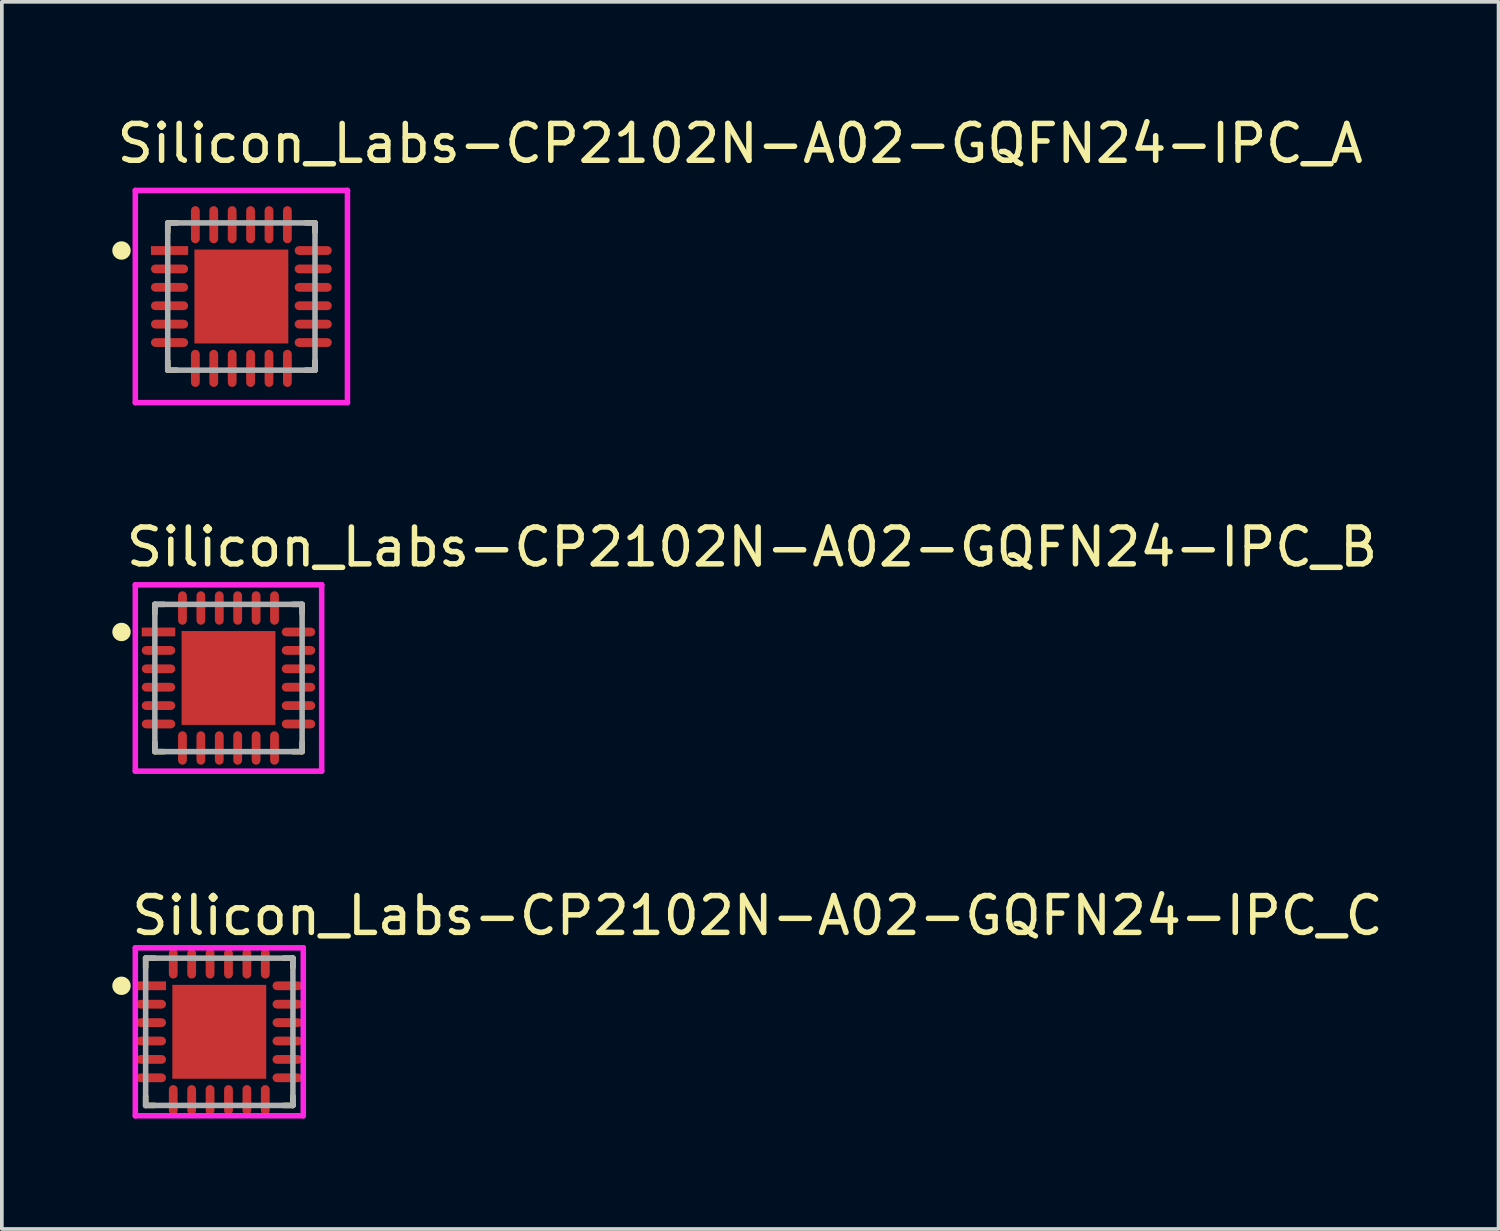
<source format=kicad_pcb>
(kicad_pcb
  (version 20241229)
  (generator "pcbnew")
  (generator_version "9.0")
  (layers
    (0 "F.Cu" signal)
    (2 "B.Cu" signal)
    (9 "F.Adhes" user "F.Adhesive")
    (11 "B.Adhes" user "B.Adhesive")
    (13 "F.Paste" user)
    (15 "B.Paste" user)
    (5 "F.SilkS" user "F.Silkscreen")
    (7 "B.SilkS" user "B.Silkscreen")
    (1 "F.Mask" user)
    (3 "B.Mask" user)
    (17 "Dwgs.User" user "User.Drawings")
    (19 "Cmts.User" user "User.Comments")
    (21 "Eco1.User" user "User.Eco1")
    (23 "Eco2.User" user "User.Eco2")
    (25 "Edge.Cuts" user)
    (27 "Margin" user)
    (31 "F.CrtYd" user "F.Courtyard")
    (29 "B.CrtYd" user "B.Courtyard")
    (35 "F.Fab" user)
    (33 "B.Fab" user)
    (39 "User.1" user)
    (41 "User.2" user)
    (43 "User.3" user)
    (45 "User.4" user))
  (footprint "Silicon_Labs-CP2102N-A02-GQFN24-IPC_B"
    (layer "F.Cu")
    (at 3.156 15.365)
    (property "Reference" "Silicon_Labs-CP2102N-A02-GQFN24-IPC_B" (at -2.856 -3.556 0) (layer "F.SilkS") (effects (font (size 1 1) (thickness 0.15)) (justify left)))
    (attr through_hole)
    (fp_line (start -2 -2) (end -2 -1.75) (stroke (width 0.15) (type solid)) (layer "F.SilkS"))
    (fp_line (start -2 2) (end -2 1.75) (stroke (width 0.15) (type solid)) (layer "F.SilkS"))
    (fp_line (start -1.75 -2) (end -2 -2) (stroke (width 0.15) (type solid)) (layer "F.SilkS"))
    (fp_line (start -1.75 2) (end -2 2) (stroke (width 0.15) (type solid)) (layer "F.SilkS"))
    (fp_line (start 1.75 -2) (end 2 -2) (stroke (width 0.15) (type solid)) (layer "F.SilkS"))
    (fp_line (start 1.75 2) (end 2 2) (stroke (width 0.15) (type solid)) (layer "F.SilkS"))
    (fp_line (start 2 -2) (end 2 -1.75) (stroke (width 0.15) (type solid)) (layer "F.SilkS"))
    (fp_line (start 2 2) (end 2 1.75) (stroke (width 0.15) (type solid)) (layer "F.SilkS"))
    (fp_circle (center -2.906 -1.25) (end -2.781 -1.25) (stroke (width 0.25) (type solid)) (fill no) (layer "F.SilkS"))
    (fp_poly (pts (xy -0.806 -0.806) (xy 0.806 -0.806) (xy 0.806 0.806) (xy -0.806 0.806)) (stroke (width 0) (type solid)) (fill yes) (layer "F.Paste"))
    (fp_line (start -2.531 -2.531) (end -2.531 2.531) (stroke (width 0.15) (type solid)) (layer "F.CrtYd"))
    (fp_line (start -2.531 2.531) (end 2.531 2.531) (stroke (width 0.15) (type solid)) (layer "F.CrtYd"))
    (fp_line (start 2.531 -2.531) (end -2.531 -2.531) (stroke (width 0.15) (type solid)) (layer "F.CrtYd"))
    (fp_line (start 2.531 -2.531) (end 2.531 -2.531) (stroke (width 0.15) (type solid)) (layer "F.CrtYd"))
    (fp_line (start 2.531 2.531) (end 2.531 -2.531) (stroke (width 0.15) (type solid)) (layer "F.CrtYd"))
    (fp_line (start -2 -2) (end 2 -2) (stroke (width 0.15) (type solid)) (layer "F.Fab"))
    (fp_line (start -2 2) (end -2 -2) (stroke (width 0.15) (type solid)) (layer "F.Fab"))
    (fp_line (start 2 -2) (end 2 2) (stroke (width 0.15) (type solid)) (layer "F.Fab"))
    (fp_line (start 2 2) (end -2 2) (stroke (width 0.15) (type solid)) (layer "F.Fab"))
    (pad "1" smd rect (at -1.901 -1.25) (size 0.91 0.239) (layers "F.Cu" "F.Mask" "F.Paste"))
    (pad "2" smd roundrect (at -1.901 -0.75) (size 0.91 0.239) (layers "F.Cu" "F.Mask" "F.Paste") (roundrect_rratio 0.5))
    (pad "3" smd roundrect (at -1.901 -0.25) (size 0.91 0.239) (layers "F.Cu" "F.Mask" "F.Paste") (roundrect_rratio 0.5))
    (pad "4" smd roundrect (at -1.901 0.25) (size 0.91 0.239) (layers "F.Cu" "F.Mask" "F.Paste") (roundrect_rratio 0.5))
    (pad "5" smd roundrect (at -1.901 0.75) (size 0.91 0.239) (layers "F.Cu" "F.Mask" "F.Paste") (roundrect_rratio 0.5))
    (pad "6" smd roundrect (at -1.901 1.25) (size 0.91 0.239) (layers "F.Cu" "F.Mask" "F.Paste") (roundrect_rratio 0.5))
    (pad "7" smd roundrect (at -1.25 1.901) (size 0.239 0.91) (layers "F.Cu" "F.Mask" "F.Paste") (roundrect_rratio 0.5))
    (pad "8" smd roundrect (at -0.75 1.901) (size 0.239 0.91) (layers "F.Cu" "F.Mask" "F.Paste") (roundrect_rratio 0.5))
    (pad "9" smd roundrect (at -0.25 1.901) (size 0.239 0.91) (layers "F.Cu" "F.Mask" "F.Paste") (roundrect_rratio 0.5))
    (pad "10" smd roundrect (at 0.25 1.901) (size 0.239 0.91) (layers "F.Cu" "F.Mask" "F.Paste") (roundrect_rratio 0.5))
    (pad "11" smd roundrect (at 0.75 1.901) (size 0.239 0.91) (layers "F.Cu" "F.Mask" "F.Paste") (roundrect_rratio 0.5))
    (pad "12" smd roundrect (at 1.25 1.901) (size 0.239 0.91) (layers "F.Cu" "F.Mask" "F.Paste") (roundrect_rratio 0.5))
    (pad "13" smd roundrect (at 1.901 1.25) (size 0.91 0.239) (layers "F.Cu" "F.Mask" "F.Paste") (roundrect_rratio 0.5))
    (pad "14" smd roundrect (at 1.901 0.75) (size 0.91 0.239) (layers "F.Cu" "F.Mask" "F.Paste") (roundrect_rratio 0.5))
    (pad "15" smd roundrect (at 1.901 0.25) (size 0.91 0.239) (layers "F.Cu" "F.Mask" "F.Paste") (roundrect_rratio 0.5))
    (pad "16" smd roundrect (at 1.901 -0.25) (size 0.91 0.239) (layers "F.Cu" "F.Mask" "F.Paste") (roundrect_rratio 0.5))
    (pad "17" smd roundrect (at 1.901 -0.75) (size 0.91 0.239) (layers "F.Cu" "F.Mask" "F.Paste") (roundrect_rratio 0.5))
    (pad "18" smd roundrect (at 1.901 -1.25) (size 0.91 0.239) (layers "F.Cu" "F.Mask" "F.Paste") (roundrect_rratio 0.5))
    (pad "19" smd roundrect (at 1.25 -1.901) (size 0.239 0.91) (layers "F.Cu" "F.Mask" "F.Paste") (roundrect_rratio 0.5))
    (pad "20" smd roundrect (at 0.75 -1.901) (size 0.239 0.91) (layers "F.Cu" "F.Mask" "F.Paste") (roundrect_rratio 0.5))
    (pad "21" smd roundrect (at 0.25 -1.901) (size 0.239 0.91) (layers "F.Cu" "F.Mask" "F.Paste") (roundrect_rratio 0.5))
    (pad "22" smd roundrect (at -0.25 -1.901) (size 0.239 0.91) (layers "F.Cu" "F.Mask" "F.Paste") (roundrect_rratio 0.5))
    (pad "23" smd roundrect (at -0.75 -1.901) (size 0.239 0.91) (layers "F.Cu" "F.Mask" "F.Paste") (roundrect_rratio 0.5))
    (pad "24" smd roundrect (at -1.25 -1.901) (size 0.239 0.91) (layers "F.Cu" "F.Mask" "F.Paste") (roundrect_rratio 0.5))
    (pad "25" smd rect (at 0 0) (size 2.55 2.55) (layers "F.Cu" "F.Mask")))
  (footprint "Silicon_Labs-CP2102N-A02-GQFN24-IPC_A"
    (layer "F.Cu")
    (at 3.506 5.004)
    (property "Reference" "Silicon_Labs-CP2102N-A02-GQFN24-IPC_A" (at -3.456 -4.156 0) (layer "F.SilkS") (effects (font (size 1 1) (thickness 0.15)) (justify left)))
    (attr through_hole)
    (fp_line (start -2 -2) (end -2 -1.75) (stroke (width 0.15) (type solid)) (layer "F.SilkS"))
    (fp_line (start -2 2) (end -2 1.75) (stroke (width 0.15) (type solid)) (layer "F.SilkS"))
    (fp_line (start -1.75 -2) (end -2 -2) (stroke (width 0.15) (type solid)) (layer "F.SilkS"))
    (fp_line (start -1.75 2) (end -2 2) (stroke (width 0.15) (type solid)) (layer "F.SilkS"))
    (fp_line (start 1.75 -2) (end 2 -2) (stroke (width 0.15) (type solid)) (layer "F.SilkS"))
    (fp_line (start 1.75 2) (end 2 2) (stroke (width 0.15) (type solid)) (layer "F.SilkS"))
    (fp_line (start 2 -2) (end 2 -1.75) (stroke (width 0.15) (type solid)) (layer "F.SilkS"))
    (fp_line (start 2 2) (end 2 1.75) (stroke (width 0.15) (type solid)) (layer "F.SilkS"))
    (fp_circle (center -3.256 -1.25) (end -3.131 -1.25) (stroke (width 0.25) (type solid)) (fill no) (layer "F.SilkS"))
    (fp_poly (pts (xy -0.806 -0.806) (xy 0.806 -0.806) (xy 0.806 0.806) (xy -0.806 0.806)) (stroke (width 0) (type solid)) (fill yes) (layer "F.Paste"))
    (fp_line (start -2.881 -2.881) (end -2.881 2.881) (stroke (width 0.15) (type solid)) (layer "F.CrtYd"))
    (fp_line (start -2.881 2.881) (end 2.881 2.881) (stroke (width 0.15) (type solid)) (layer "F.CrtYd"))
    (fp_line (start 2.881 -2.881) (end -2.881 -2.881) (stroke (width 0.15) (type solid)) (layer "F.CrtYd"))
    (fp_line (start 2.881 -2.881) (end 2.881 -2.881) (stroke (width 0.15) (type solid)) (layer "F.CrtYd"))
    (fp_line (start 2.881 2.881) (end 2.881 -2.881) (stroke (width 0.15) (type solid)) (layer "F.CrtYd"))
    (fp_line (start -2 -2) (end 2 -2) (stroke (width 0.15) (type solid)) (layer "F.Fab"))
    (fp_line (start -2 2) (end -2 -2) (stroke (width 0.15) (type solid)) (layer "F.Fab"))
    (fp_line (start 2 -2) (end 2 2) (stroke (width 0.15) (type solid)) (layer "F.Fab"))
    (fp_line (start 2 2) (end -2 2) (stroke (width 0.15) (type solid)) (layer "F.Fab"))
    (pad "1" smd rect (at -1.951 -1.25) (size 1.01 0.239) (layers "F.Cu" "F.Mask" "F.Paste"))
    (pad "2" smd roundrect (at -1.951 -0.75) (size 1.01 0.239) (layers "F.Cu" "F.Mask" "F.Paste") (roundrect_rratio 0.5))
    (pad "3" smd roundrect (at -1.951 -0.25) (size 1.01 0.239) (layers "F.Cu" "F.Mask" "F.Paste") (roundrect_rratio 0.5))
    (pad "4" smd roundrect (at -1.951 0.25) (size 1.01 0.239) (layers "F.Cu" "F.Mask" "F.Paste") (roundrect_rratio 0.5))
    (pad "5" smd roundrect (at -1.951 0.75) (size 1.01 0.239) (layers "F.Cu" "F.Mask" "F.Paste") (roundrect_rratio 0.5))
    (pad "6" smd roundrect (at -1.951 1.25) (size 1.01 0.239) (layers "F.Cu" "F.Mask" "F.Paste") (roundrect_rratio 0.5))
    (pad "7" smd roundrect (at -1.25 1.951) (size 0.239 1.01) (layers "F.Cu" "F.Mask" "F.Paste") (roundrect_rratio 0.5))
    (pad "8" smd roundrect (at -0.75 1.951) (size 0.239 1.01) (layers "F.Cu" "F.Mask" "F.Paste") (roundrect_rratio 0.5))
    (pad "9" smd roundrect (at -0.25 1.951) (size 0.239 1.01) (layers "F.Cu" "F.Mask" "F.Paste") (roundrect_rratio 0.5))
    (pad "10" smd roundrect (at 0.25 1.951) (size 0.239 1.01) (layers "F.Cu" "F.Mask" "F.Paste") (roundrect_rratio 0.5))
    (pad "11" smd roundrect (at 0.75 1.951) (size 0.239 1.01) (layers "F.Cu" "F.Mask" "F.Paste") (roundrect_rratio 0.5))
    (pad "12" smd roundrect (at 1.25 1.951) (size 0.239 1.01) (layers "F.Cu" "F.Mask" "F.Paste") (roundrect_rratio 0.5))
    (pad "13" smd roundrect (at 1.951 1.25) (size 1.01 0.239) (layers "F.Cu" "F.Mask" "F.Paste") (roundrect_rratio 0.5))
    (pad "14" smd roundrect (at 1.951 0.75) (size 1.01 0.239) (layers "F.Cu" "F.Mask" "F.Paste") (roundrect_rratio 0.5))
    (pad "15" smd roundrect (at 1.951 0.25) (size 1.01 0.239) (layers "F.Cu" "F.Mask" "F.Paste") (roundrect_rratio 0.5))
    (pad "16" smd roundrect (at 1.951 -0.25) (size 1.01 0.239) (layers "F.Cu" "F.Mask" "F.Paste") (roundrect_rratio 0.5))
    (pad "17" smd roundrect (at 1.951 -0.75) (size 1.01 0.239) (layers "F.Cu" "F.Mask" "F.Paste") (roundrect_rratio 0.5))
    (pad "18" smd roundrect (at 1.951 -1.25) (size 1.01 0.239) (layers "F.Cu" "F.Mask" "F.Paste") (roundrect_rratio 0.5))
    (pad "19" smd roundrect (at 1.25 -1.951) (size 0.239 1.01) (layers "F.Cu" "F.Mask" "F.Paste") (roundrect_rratio 0.5))
    (pad "20" smd roundrect (at 0.75 -1.951) (size 0.239 1.01) (layers "F.Cu" "F.Mask" "F.Paste") (roundrect_rratio 0.5))
    (pad "21" smd roundrect (at 0.25 -1.951) (size 0.239 1.01) (layers "F.Cu" "F.Mask" "F.Paste") (roundrect_rratio 0.5))
    (pad "22" smd roundrect (at -0.25 -1.951) (size 0.239 1.01) (layers "F.Cu" "F.Mask" "F.Paste") (roundrect_rratio 0.5))
    (pad "23" smd roundrect (at -0.75 -1.951) (size 0.239 1.01) (layers "F.Cu" "F.Mask" "F.Paste") (roundrect_rratio 0.5))
    (pad "24" smd roundrect (at -1.25 -1.951) (size 0.239 1.01) (layers "F.Cu" "F.Mask" "F.Paste") (roundrect_rratio 0.5))
    (pad "25" smd rect (at 0 0) (size 2.55 2.55) (layers "F.Cu" "F.Mask")))
  (footprint "Silicon_Labs-CP2102N-A02-GQFN24-IPC_C"
    (layer "F.Cu")
    (at 2.906 24.975)
    (property "Reference" "Silicon_Labs-CP2102N-A02-GQFN24-IPC_C" (at -2.456 -3.156 0) (layer "F.SilkS") (effects (font (size 1 1) (thickness 0.15)) (justify left)))
    (attr through_hole)
    (fp_line (start -2 -2) (end -2 -1.75) (stroke (width 0.15) (type solid)) (layer "F.SilkS"))
    (fp_line (start -2 2) (end -2 1.75) (stroke (width 0.15) (type solid)) (layer "F.SilkS"))
    (fp_line (start -1.75 -2) (end -2 -2) (stroke (width 0.15) (type solid)) (layer "F.SilkS"))
    (fp_line (start -1.75 2) (end -2 2) (stroke (width 0.15) (type solid)) (layer "F.SilkS"))
    (fp_line (start 1.75 -2) (end 2 -2) (stroke (width 0.15) (type solid)) (layer "F.SilkS"))
    (fp_line (start 1.75 2) (end 2 2) (stroke (width 0.15) (type solid)) (layer "F.SilkS"))
    (fp_line (start 2 -2) (end 2 -1.75) (stroke (width 0.15) (type solid)) (layer "F.SilkS"))
    (fp_line (start 2 2) (end 2 1.75) (stroke (width 0.15) (type solid)) (layer "F.SilkS"))
    (fp_circle (center -2.656 -1.25) (end -2.531 -1.25) (stroke (width 0.25) (type solid)) (fill no) (layer "F.SilkS"))
    (fp_poly (pts (xy -0.806 -0.806) (xy 0.806 -0.806) (xy 0.806 0.806) (xy -0.806 0.806)) (stroke (width 0) (type solid)) (fill yes) (layer "F.Paste"))
    (fp_line (start -2.281 -2.281) (end -2.281 2.281) (stroke (width 0.15) (type solid)) (layer "F.CrtYd"))
    (fp_line (start -2.281 2.281) (end 2.281 2.281) (stroke (width 0.15) (type solid)) (layer "F.CrtYd"))
    (fp_line (start 2.281 -2.281) (end -2.281 -2.281) (stroke (width 0.15) (type solid)) (layer "F.CrtYd"))
    (fp_line (start 2.281 -2.281) (end 2.281 -2.281) (stroke (width 0.15) (type solid)) (layer "F.CrtYd"))
    (fp_line (start 2.281 2.281) (end 2.281 -2.281) (stroke (width 0.15) (type solid)) (layer "F.CrtYd"))
    (fp_line (start -2 -2) (end 2 -2) (stroke (width 0.15) (type solid)) (layer "F.Fab"))
    (fp_line (start -2 2) (end -2 -2) (stroke (width 0.15) (type solid)) (layer "F.Fab"))
    (fp_line (start 2 -2) (end 2 2) (stroke (width 0.15) (type solid)) (layer "F.Fab"))
    (fp_line (start 2 2) (end -2 2) (stroke (width 0.15) (type solid)) (layer "F.Fab"))
    (pad "1" smd rect (at -1.851 -1.25) (size 0.81 0.239) (layers "F.Cu" "F.Mask" "F.Paste"))
    (pad "2" smd roundrect (at -1.851 -0.75) (size 0.81 0.239) (layers "F.Cu" "F.Mask" "F.Paste") (roundrect_rratio 0.5))
    (pad "3" smd roundrect (at -1.851 -0.25) (size 0.81 0.239) (layers "F.Cu" "F.Mask" "F.Paste") (roundrect_rratio 0.5))
    (pad "4" smd roundrect (at -1.851 0.25) (size 0.81 0.239) (layers "F.Cu" "F.Mask" "F.Paste") (roundrect_rratio 0.5))
    (pad "5" smd roundrect (at -1.851 0.75) (size 0.81 0.239) (layers "F.Cu" "F.Mask" "F.Paste") (roundrect_rratio 0.5))
    (pad "6" smd roundrect (at -1.851 1.25) (size 0.81 0.239) (layers "F.Cu" "F.Mask" "F.Paste") (roundrect_rratio 0.5))
    (pad "7" smd roundrect (at -1.25 1.851) (size 0.239 0.81) (layers "F.Cu" "F.Mask" "F.Paste") (roundrect_rratio 0.5))
    (pad "8" smd roundrect (at -0.75 1.851) (size 0.239 0.81) (layers "F.Cu" "F.Mask" "F.Paste") (roundrect_rratio 0.5))
    (pad "9" smd roundrect (at -0.25 1.851) (size 0.239 0.81) (layers "F.Cu" "F.Mask" "F.Paste") (roundrect_rratio 0.5))
    (pad "10" smd roundrect (at 0.25 1.851) (size 0.239 0.81) (layers "F.Cu" "F.Mask" "F.Paste") (roundrect_rratio 0.5))
    (pad "11" smd roundrect (at 0.75 1.851) (size 0.239 0.81) (layers "F.Cu" "F.Mask" "F.Paste") (roundrect_rratio 0.5))
    (pad "12" smd roundrect (at 1.25 1.851) (size 0.239 0.81) (layers "F.Cu" "F.Mask" "F.Paste") (roundrect_rratio 0.5))
    (pad "13" smd roundrect (at 1.851 1.25) (size 0.81 0.239) (layers "F.Cu" "F.Mask" "F.Paste") (roundrect_rratio 0.5))
    (pad "14" smd roundrect (at 1.851 0.75) (size 0.81 0.239) (layers "F.Cu" "F.Mask" "F.Paste") (roundrect_rratio 0.5))
    (pad "15" smd roundrect (at 1.851 0.25) (size 0.81 0.239) (layers "F.Cu" "F.Mask" "F.Paste") (roundrect_rratio 0.5))
    (pad "16" smd roundrect (at 1.851 -0.25) (size 0.81 0.239) (layers "F.Cu" "F.Mask" "F.Paste") (roundrect_rratio 0.5))
    (pad "17" smd roundrect (at 1.851 -0.75) (size 0.81 0.239) (layers "F.Cu" "F.Mask" "F.Paste") (roundrect_rratio 0.5))
    (pad "18" smd roundrect (at 1.851 -1.25) (size 0.81 0.239) (layers "F.Cu" "F.Mask" "F.Paste") (roundrect_rratio 0.5))
    (pad "19" smd roundrect (at 1.25 -1.851) (size 0.239 0.81) (layers "F.Cu" "F.Mask" "F.Paste") (roundrect_rratio 0.5))
    (pad "20" smd roundrect (at 0.75 -1.851) (size 0.239 0.81) (layers "F.Cu" "F.Mask" "F.Paste") (roundrect_rratio 0.5))
    (pad "21" smd roundrect (at 0.25 -1.851) (size 0.239 0.81) (layers "F.Cu" "F.Mask" "F.Paste") (roundrect_rratio 0.5))
    (pad "22" smd roundrect (at -0.25 -1.851) (size 0.239 0.81) (layers "F.Cu" "F.Mask" "F.Paste") (roundrect_rratio 0.5))
    (pad "23" smd roundrect (at -0.75 -1.851) (size 0.239 0.81) (layers "F.Cu" "F.Mask" "F.Paste") (roundrect_rratio 0.5))
    (pad "24" smd roundrect (at -1.25 -1.851) (size 0.239 0.81) (layers "F.Cu" "F.Mask" "F.Paste") (roundrect_rratio 0.5))
    (pad "25" smd rect (at 0 0) (size 2.55 2.55) (layers "F.Cu" "F.Mask")))
  (gr_rect
    (start -3 -3)
    (end 37.652 30.331)
    (stroke (width 0.1) (type default))
    (fill no)
    (layer "Edge.Cuts")))
</source>
